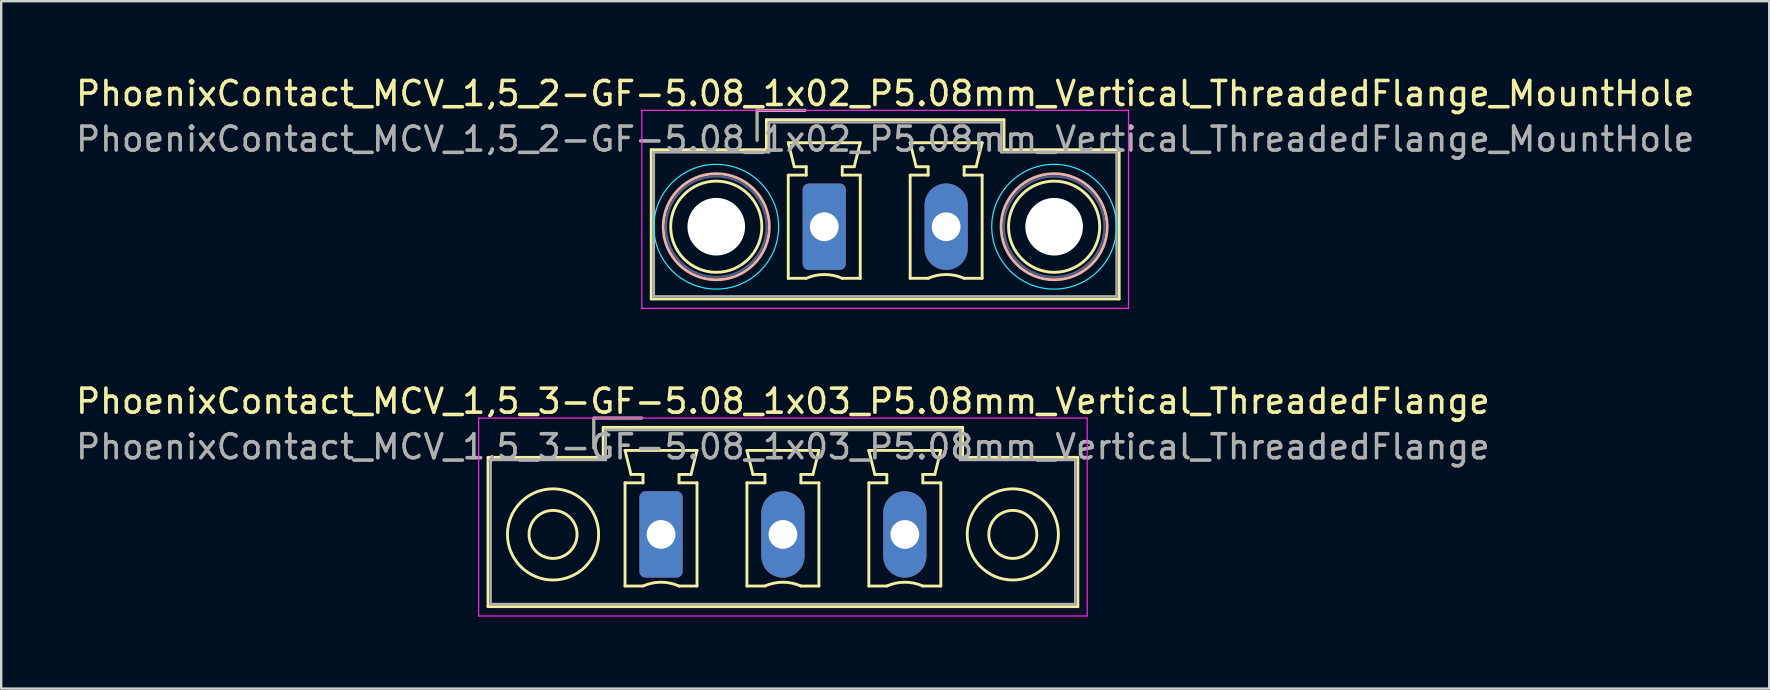
<source format=kicad_pcb>
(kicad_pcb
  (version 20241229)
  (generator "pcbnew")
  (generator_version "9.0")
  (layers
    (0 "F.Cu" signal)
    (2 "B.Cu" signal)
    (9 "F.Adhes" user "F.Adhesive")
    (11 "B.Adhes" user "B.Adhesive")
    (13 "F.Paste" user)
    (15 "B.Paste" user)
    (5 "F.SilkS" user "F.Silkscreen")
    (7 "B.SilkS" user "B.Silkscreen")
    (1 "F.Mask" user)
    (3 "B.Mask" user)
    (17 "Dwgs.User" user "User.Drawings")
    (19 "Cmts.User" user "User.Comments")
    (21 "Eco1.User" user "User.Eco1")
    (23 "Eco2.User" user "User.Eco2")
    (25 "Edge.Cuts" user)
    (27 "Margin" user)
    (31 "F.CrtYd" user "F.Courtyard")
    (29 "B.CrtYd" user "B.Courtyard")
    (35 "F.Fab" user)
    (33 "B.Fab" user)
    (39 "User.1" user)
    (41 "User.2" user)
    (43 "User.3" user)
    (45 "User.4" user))
  (footprint "PhoenixContact_MCV_1,5_2-GF-5.08_1x02_P5.08mm_Vertical_ThreadedFlange_MountHole"
    (layer "F.Cu")
    (at 31.299 6.398)
    (property "Reference" "PhoenixContact_MCV_1,5_2-GF-5.08_1x02_P5.08mm_Vertical_ThreadedFlange_MountHole" (at 2.54 -5.55 0) (layer "F.SilkS") (effects (font (size 1 1) (thickness 0.15))))
    (attr through_hole)
    (fp_line (start -7.21 -3.21) (end -7.21 3.01) (stroke (width 0.12) (type solid)) (layer "F.SilkS"))
    (fp_line (start -7.21 3.01) (end 12.29 3.01) (stroke (width 0.12) (type solid)) (layer "F.SilkS"))
    (fp_line (start -2.8 -4.85) (end -0.8 -4.85) (stroke (width 0.12) (type solid)) (layer "F.SilkS"))
    (fp_line (start -2.8 -3.6) (end -2.8 -4.85) (stroke (width 0.12) (type solid)) (layer "F.SilkS"))
    (fp_line (start -2.41 -4.46) (end -2.41 -3.21) (stroke (width 0.12) (type solid)) (layer "F.SilkS"))
    (fp_line (start -2.41 -3.21) (end -7.21 -3.21) (stroke (width 0.12) (type solid)) (layer "F.SilkS"))
    (fp_line (start -1.5 -3.5) (end 1.5 -3.5) (stroke (width 0.12) (type solid)) (layer "F.SilkS"))
    (fp_line (start -1.5 -2.15) (end -0.75 -2.15) (stroke (width 0.12) (type solid)) (layer "F.SilkS"))
    (fp_line (start -1.5 2.15) (end -1.5 -2.15) (stroke (width 0.12) (type solid)) (layer "F.SilkS"))
    (fp_line (start -1.25 -2.5) (end -1.5 -3.5) (stroke (width 0.12) (type solid)) (layer "F.SilkS"))
    (fp_line (start -0.75 -2.5) (end -1.25 -2.5) (stroke (width 0.12) (type solid)) (layer "F.SilkS"))
    (fp_line (start -0.75 -2.15) (end -0.75 -2.5) (stroke (width 0.12) (type solid)) (layer "F.SilkS"))
    (fp_line (start -0.75 2.15) (end -1.5 2.15) (stroke (width 0.12) (type solid)) (layer "F.SilkS"))
    (fp_line (start 0.75 -2.5) (end 0.75 -2.15) (stroke (width 0.12) (type solid)) (layer "F.SilkS"))
    (fp_line (start 0.75 -2.15) (end 1.5 -2.15) (stroke (width 0.12) (type solid)) (layer "F.SilkS"))
    (fp_line (start 1.25 -2.5) (end 0.75 -2.5) (stroke (width 0.12) (type solid)) (layer "F.SilkS"))
    (fp_line (start 1.5 -3.5) (end 1.25 -2.5) (stroke (width 0.12) (type solid)) (layer "F.SilkS"))
    (fp_line (start 1.5 -2.15) (end 1.5 2.15) (stroke (width 0.12) (type solid)) (layer "F.SilkS"))
    (fp_line (start 1.5 2.15) (end 0.75 2.15) (stroke (width 0.12) (type solid)) (layer "F.SilkS"))
    (fp_line (start 3.58 -3.5) (end 6.58 -3.5) (stroke (width 0.12) (type solid)) (layer "F.SilkS"))
    (fp_line (start 3.58 -2.15) (end 4.33 -2.15) (stroke (width 0.12) (type solid)) (layer "F.SilkS"))
    (fp_line (start 3.58 2.15) (end 3.58 -2.15) (stroke (width 0.12) (type solid)) (layer "F.SilkS"))
    (fp_line (start 3.83 -2.5) (end 3.58 -3.5) (stroke (width 0.12) (type solid)) (layer "F.SilkS"))
    (fp_line (start 4.33 -2.5) (end 3.83 -2.5) (stroke (width 0.12) (type solid)) (layer "F.SilkS"))
    (fp_line (start 4.33 -2.15) (end 4.33 -2.5) (stroke (width 0.12) (type solid)) (layer "F.SilkS"))
    (fp_line (start 4.33 2.15) (end 3.58 2.15) (stroke (width 0.12) (type solid)) (layer "F.SilkS"))
    (fp_line (start 5.83 -2.5) (end 5.83 -2.15) (stroke (width 0.12) (type solid)) (layer "F.SilkS"))
    (fp_line (start 5.83 -2.15) (end 6.58 -2.15) (stroke (width 0.12) (type solid)) (layer "F.SilkS"))
    (fp_line (start 6.33 -2.5) (end 5.83 -2.5) (stroke (width 0.12) (type solid)) (layer "F.SilkS"))
    (fp_line (start 6.58 -3.5) (end 6.33 -2.5) (stroke (width 0.12) (type solid)) (layer "F.SilkS"))
    (fp_line (start 6.58 -2.15) (end 6.58 2.15) (stroke (width 0.12) (type solid)) (layer "F.SilkS"))
    (fp_line (start 6.58 2.15) (end 5.83 2.15) (stroke (width 0.12) (type solid)) (layer "F.SilkS"))
    (fp_line (start 7.49 -4.46) (end -2.41 -4.46) (stroke (width 0.12) (type solid)) (layer "F.SilkS"))
    (fp_line (start 7.49 -3.21) (end 7.49 -4.46) (stroke (width 0.12) (type solid)) (layer "F.SilkS"))
    (fp_line (start 12.29 -3.21) (end 7.49 -3.21) (stroke (width 0.12) (type solid)) (layer "F.SilkS"))
    (fp_line (start 12.29 3.01) (end 12.29 -3.21) (stroke (width 0.12) (type solid)) (layer "F.SilkS"))
    (fp_arc (start -0.75 2.15) (mid -0.000193 1.99191) (end 0.749647 2.149844) (stroke (width 0.12) (type solid)) (layer "F.SilkS"))
    (fp_arc (start 4.33 2.15) (mid 5.079807 1.99191) (end 5.829647 2.149844) (stroke (width 0.12) (type solid)) (layer "F.SilkS"))
    (fp_circle (center -4.5 0) (end -2.6 0) (stroke (width 0.12) (type solid)) (fill no) (layer "F.SilkS"))
    (fp_circle (center 9.58 0) (end 11.48 0) (stroke (width 0.12) (type solid)) (fill no) (layer "F.SilkS"))
    (fp_circle (center -4.5 0) (end -2.29 0) (stroke (width 0.12) (type solid)) (fill no) (layer "B.SilkS"))
    (fp_circle (center 9.58 0) (end 11.79 0) (stroke (width 0.12) (type solid)) (fill no) (layer "B.SilkS"))
    (fp_circle (center -4.5 0) (end -1.9 0) (stroke (width 0.05) (type solid)) (fill no) (layer "B.CrtYd"))
    (fp_circle (center 9.58 0) (end 12.18 0) (stroke (width 0.05) (type solid)) (fill no) (layer "B.CrtYd"))
    (fp_line (start -7.6 -4.85) (end -7.6 3.4) (stroke (width 0.05) (type solid)) (layer "F.CrtYd"))
    (fp_line (start -7.6 3.4) (end 12.68 3.4) (stroke (width 0.05) (type solid)) (layer "F.CrtYd"))
    (fp_line (start 12.68 -4.85) (end -7.6 -4.85) (stroke (width 0.05) (type solid)) (layer "F.CrtYd"))
    (fp_line (start 12.68 3.4) (end 12.68 -4.85) (stroke (width 0.05) (type solid)) (layer "F.CrtYd"))
    (fp_circle (center -4.5 0) (end -2.4 0) (stroke (width 0.1) (type solid)) (fill no) (layer "B.Fab"))
    (fp_circle (center 9.58 0) (end 11.68 0) (stroke (width 0.1) (type solid)) (fill no) (layer "B.Fab"))
    (fp_line (start -7.1 -3.1) (end -7.1 2.9) (stroke (width 0.1) (type solid)) (layer "F.Fab"))
    (fp_line (start -7.1 2.9) (end 12.18 2.9) (stroke (width 0.1) (type solid)) (layer "F.Fab"))
    (fp_line (start -2.8 -4.85) (end -0.8 -4.85) (stroke (width 0.1) (type solid)) (layer "F.Fab"))
    (fp_line (start -2.8 -3.6) (end -2.8 -4.85) (stroke (width 0.1) (type solid)) (layer "F.Fab"))
    (fp_line (start -2.3 -4.35) (end -2.3 -3.1) (stroke (width 0.1) (type solid)) (layer "F.Fab"))
    (fp_line (start -2.3 -3.1) (end -7.1 -3.1) (stroke (width 0.1) (type solid)) (layer "F.Fab"))
    (fp_line (start 7.38 -4.35) (end -2.3 -4.35) (stroke (width 0.1) (type solid)) (layer "F.Fab"))
    (fp_line (start 7.38 -3.1) (end 7.38 -4.35) (stroke (width 0.1) (type solid)) (layer "F.Fab"))
    (fp_line (start 12.18 -3.1) (end 7.38 -3.1) (stroke (width 0.1) (type solid)) (layer "F.Fab"))
    (fp_line (start 12.18 2.9) (end 12.18 -3.1) (stroke (width 0.1) (type solid)) (layer "F.Fab"))
    (fp_text user "${REFERENCE}" (at 2.54 -3.65 0) (layer "F.Fab") (effects (font (size 1 1) (thickness 0.15))))
    (pad "" np_thru_hole circle (at -4.5 0) (size 2.4 2.4) (drill 2.4) (layers "*.Cu" "*.Mask"))
    (pad "" np_thru_hole circle (at 9.58 0) (size 2.4 2.4) (drill 2.4) (layers "*.Cu" "*.Mask"))
    (pad "1" thru_hole roundrect (at 0 0) (size 1.8 3.6) (drill 1.2) (layers "*.Cu" "*.Mask") (roundrect_rratio 0.139))
    (pad "2" thru_hole oval (at 5.08 0) (size 1.8 3.6) (drill 1.2) (layers "*.Cu" "*.Mask")))
  (footprint "PhoenixContact_MCV_1,5_3-GF-5.08_1x03_P5.08mm_Vertical_ThreadedFlange"
    (layer "F.Cu")
    (at 24.497 19.221)
    (property "Reference" "PhoenixContact_MCV_1,5_3-GF-5.08_1x03_P5.08mm_Vertical_ThreadedFlange" (at 5.08 -5.55 0) (layer "F.SilkS") (effects (font (size 1 1) (thickness 0.15))))
    (attr through_hole)
    (fp_line (start -7.21 -3.21) (end -7.21 3.01) (stroke (width 0.12) (type solid)) (layer "F.SilkS"))
    (fp_line (start -7.21 3.01) (end 17.37 3.01) (stroke (width 0.12) (type solid)) (layer "F.SilkS"))
    (fp_line (start -2.8 -4.85) (end -0.8 -4.85) (stroke (width 0.12) (type solid)) (layer "F.SilkS"))
    (fp_line (start -2.8 -3.6) (end -2.8 -4.85) (stroke (width 0.12) (type solid)) (layer "F.SilkS"))
    (fp_line (start -2.41 -4.46) (end -2.41 -3.21) (stroke (width 0.12) (type solid)) (layer "F.SilkS"))
    (fp_line (start -2.41 -3.21) (end -7.21 -3.21) (stroke (width 0.12) (type solid)) (layer "F.SilkS"))
    (fp_line (start -1.5 -3.5) (end 1.5 -3.5) (stroke (width 0.12) (type solid)) (layer "F.SilkS"))
    (fp_line (start -1.5 -2.15) (end -0.75 -2.15) (stroke (width 0.12) (type solid)) (layer "F.SilkS"))
    (fp_line (start -1.5 2.15) (end -1.5 -2.15) (stroke (width 0.12) (type solid)) (layer "F.SilkS"))
    (fp_line (start -1.25 -2.5) (end -1.5 -3.5) (stroke (width 0.12) (type solid)) (layer "F.SilkS"))
    (fp_line (start -0.75 -2.5) (end -1.25 -2.5) (stroke (width 0.12) (type solid)) (layer "F.SilkS"))
    (fp_line (start -0.75 -2.15) (end -0.75 -2.5) (stroke (width 0.12) (type solid)) (layer "F.SilkS"))
    (fp_line (start -0.75 2.15) (end -1.5 2.15) (stroke (width 0.12) (type solid)) (layer "F.SilkS"))
    (fp_line (start 0.75 -2.5) (end 0.75 -2.15) (stroke (width 0.12) (type solid)) (layer "F.SilkS"))
    (fp_line (start 0.75 -2.15) (end 1.5 -2.15) (stroke (width 0.12) (type solid)) (layer "F.SilkS"))
    (fp_line (start 1.25 -2.5) (end 0.75 -2.5) (stroke (width 0.12) (type solid)) (layer "F.SilkS"))
    (fp_line (start 1.5 -3.5) (end 1.25 -2.5) (stroke (width 0.12) (type solid)) (layer "F.SilkS"))
    (fp_line (start 1.5 -2.15) (end 1.5 2.15) (stroke (width 0.12) (type solid)) (layer "F.SilkS"))
    (fp_line (start 1.5 2.15) (end 0.75 2.15) (stroke (width 0.12) (type solid)) (layer "F.SilkS"))
    (fp_line (start 3.58 -3.5) (end 6.58 -3.5) (stroke (width 0.12) (type solid)) (layer "F.SilkS"))
    (fp_line (start 3.58 -2.15) (end 4.33 -2.15) (stroke (width 0.12) (type solid)) (layer "F.SilkS"))
    (fp_line (start 3.58 2.15) (end 3.58 -2.15) (stroke (width 0.12) (type solid)) (layer "F.SilkS"))
    (fp_line (start 3.83 -2.5) (end 3.58 -3.5) (stroke (width 0.12) (type solid)) (layer "F.SilkS"))
    (fp_line (start 4.33 -2.5) (end 3.83 -2.5) (stroke (width 0.12) (type solid)) (layer "F.SilkS"))
    (fp_line (start 4.33 -2.15) (end 4.33 -2.5) (stroke (width 0.12) (type solid)) (layer "F.SilkS"))
    (fp_line (start 4.33 2.15) (end 3.58 2.15) (stroke (width 0.12) (type solid)) (layer "F.SilkS"))
    (fp_line (start 5.83 -2.5) (end 5.83 -2.15) (stroke (width 0.12) (type solid)) (layer "F.SilkS"))
    (fp_line (start 5.83 -2.15) (end 6.58 -2.15) (stroke (width 0.12) (type solid)) (layer "F.SilkS"))
    (fp_line (start 6.33 -2.5) (end 5.83 -2.5) (stroke (width 0.12) (type solid)) (layer "F.SilkS"))
    (fp_line (start 6.58 -3.5) (end 6.33 -2.5) (stroke (width 0.12) (type solid)) (layer "F.SilkS"))
    (fp_line (start 6.58 -2.15) (end 6.58 2.15) (stroke (width 0.12) (type solid)) (layer "F.SilkS"))
    (fp_line (start 6.58 2.15) (end 5.83 2.15) (stroke (width 0.12) (type solid)) (layer "F.SilkS"))
    (fp_line (start 8.66 -3.5) (end 11.66 -3.5) (stroke (width 0.12) (type solid)) (layer "F.SilkS"))
    (fp_line (start 8.66 -2.15) (end 9.41 -2.15) (stroke (width 0.12) (type solid)) (layer "F.SilkS"))
    (fp_line (start 8.66 2.15) (end 8.66 -2.15) (stroke (width 0.12) (type solid)) (layer "F.SilkS"))
    (fp_line (start 8.91 -2.5) (end 8.66 -3.5) (stroke (width 0.12) (type solid)) (layer "F.SilkS"))
    (fp_line (start 9.41 -2.5) (end 8.91 -2.5) (stroke (width 0.12) (type solid)) (layer "F.SilkS"))
    (fp_line (start 9.41 -2.15) (end 9.41 -2.5) (stroke (width 0.12) (type solid)) (layer "F.SilkS"))
    (fp_line (start 9.41 2.15) (end 8.66 2.15) (stroke (width 0.12) (type solid)) (layer "F.SilkS"))
    (fp_line (start 10.91 -2.5) (end 10.91 -2.15) (stroke (width 0.12) (type solid)) (layer "F.SilkS"))
    (fp_line (start 10.91 -2.15) (end 11.66 -2.15) (stroke (width 0.12) (type solid)) (layer "F.SilkS"))
    (fp_line (start 11.41 -2.5) (end 10.91 -2.5) (stroke (width 0.12) (type solid)) (layer "F.SilkS"))
    (fp_line (start 11.66 -3.5) (end 11.41 -2.5) (stroke (width 0.12) (type solid)) (layer "F.SilkS"))
    (fp_line (start 11.66 -2.15) (end 11.66 2.15) (stroke (width 0.12) (type solid)) (layer "F.SilkS"))
    (fp_line (start 11.66 2.15) (end 10.91 2.15) (stroke (width 0.12) (type solid)) (layer "F.SilkS"))
    (fp_line (start 12.57 -4.46) (end -2.41 -4.46) (stroke (width 0.12) (type solid)) (layer "F.SilkS"))
    (fp_line (start 12.57 -3.21) (end 12.57 -4.46) (stroke (width 0.12) (type solid)) (layer "F.SilkS"))
    (fp_line (start 17.37 -3.21) (end 12.57 -3.21) (stroke (width 0.12) (type solid)) (layer "F.SilkS"))
    (fp_line (start 17.37 3.01) (end 17.37 -3.21) (stroke (width 0.12) (type solid)) (layer "F.SilkS"))
    (fp_arc (start -0.75 2.15) (mid -0.000193 1.99191) (end 0.749647 2.149844) (stroke (width 0.12) (type solid)) (layer "F.SilkS"))
    (fp_arc (start 4.33 2.15) (mid 5.079807 1.99191) (end 5.829647 2.149844) (stroke (width 0.12) (type solid)) (layer "F.SilkS"))
    (fp_arc (start 9.41 2.15) (mid 10.159807 1.99191) (end 10.909647 2.149844) (stroke (width 0.12) (type solid)) (layer "F.SilkS"))
    (fp_circle (center -4.5 0) (end -3.5 0) (stroke (width 0.12) (type solid)) (fill no) (layer "F.SilkS"))
    (fp_circle (center -4.5 0) (end -2.6 0) (stroke (width 0.12) (type solid)) (fill no) (layer "F.SilkS"))
    (fp_circle (center 14.66 0) (end 15.66 0) (stroke (width 0.12) (type solid)) (fill no) (layer "F.SilkS"))
    (fp_circle (center 14.66 0) (end 16.56 0) (stroke (width 0.12) (type solid)) (fill no) (layer "F.SilkS"))
    (fp_line (start -7.6 -4.85) (end -7.6 3.4) (stroke (width 0.05) (type solid)) (layer "F.CrtYd"))
    (fp_line (start -7.6 3.4) (end 17.76 3.4) (stroke (width 0.05) (type solid)) (layer "F.CrtYd"))
    (fp_line (start 17.76 -4.85) (end -7.6 -4.85) (stroke (width 0.05) (type solid)) (layer "F.CrtYd"))
    (fp_line (start 17.76 3.4) (end 17.76 -4.85) (stroke (width 0.05) (type solid)) (layer "F.CrtYd"))
    (fp_line (start -7.1 -3.1) (end -7.1 2.9) (stroke (width 0.1) (type solid)) (layer "F.Fab"))
    (fp_line (start -7.1 2.9) (end 17.26 2.9) (stroke (width 0.1) (type solid)) (layer "F.Fab"))
    (fp_line (start -2.8 -4.85) (end -0.8 -4.85) (stroke (width 0.1) (type solid)) (layer "F.Fab"))
    (fp_line (start -2.8 -3.6) (end -2.8 -4.85) (stroke (width 0.1) (type solid)) (layer "F.Fab"))
    (fp_line (start -2.3 -4.35) (end -2.3 -3.1) (stroke (width 0.1) (type solid)) (layer "F.Fab"))
    (fp_line (start -2.3 -3.1) (end -7.1 -3.1) (stroke (width 0.1) (type solid)) (layer "F.Fab"))
    (fp_line (start 12.46 -4.35) (end -2.3 -4.35) (stroke (width 0.1) (type solid)) (layer "F.Fab"))
    (fp_line (start 12.46 -3.1) (end 12.46 -4.35) (stroke (width 0.1) (type solid)) (layer "F.Fab"))
    (fp_line (start 17.26 -3.1) (end 12.46 -3.1) (stroke (width 0.1) (type solid)) (layer "F.Fab"))
    (fp_line (start 17.26 2.9) (end 17.26 -3.1) (stroke (width 0.1) (type solid)) (layer "F.Fab"))
    (fp_text user "${REFERENCE}" (at 5.08 -3.65 0) (layer "F.Fab") (effects (font (size 1 1) (thickness 0.15))))
    (pad "1" thru_hole roundrect (at 0 0) (size 1.8 3.6) (drill 1.2) (layers "*.Cu" "*.Mask") (roundrect_rratio 0.139))
    (pad "2" thru_hole oval (at 5.08 0) (size 1.8 3.6) (drill 1.2) (layers "*.Cu" "*.Mask"))
    (pad "3" thru_hole oval (at 10.16 0) (size 1.8 3.6) (drill 1.2) (layers "*.Cu" "*.Mask")))
  (gr_rect
    (start -3 -3)
    (end 70.679 25.646)
    (stroke (width 0.1) (type default))
    (fill no)
    (layer "Edge.Cuts")))
</source>
